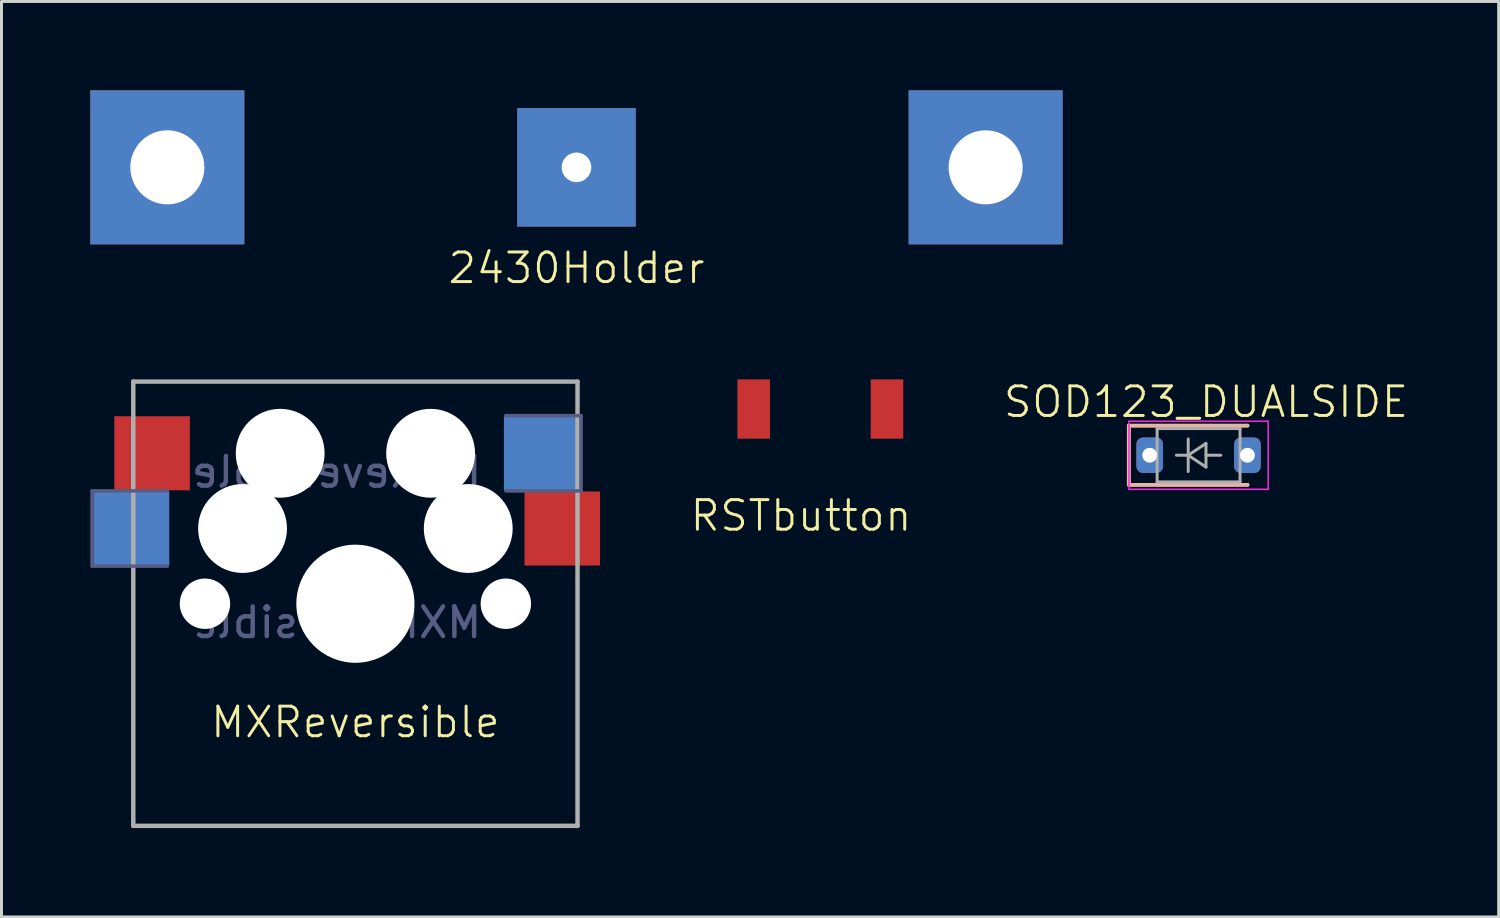
<source format=kicad_pcb>
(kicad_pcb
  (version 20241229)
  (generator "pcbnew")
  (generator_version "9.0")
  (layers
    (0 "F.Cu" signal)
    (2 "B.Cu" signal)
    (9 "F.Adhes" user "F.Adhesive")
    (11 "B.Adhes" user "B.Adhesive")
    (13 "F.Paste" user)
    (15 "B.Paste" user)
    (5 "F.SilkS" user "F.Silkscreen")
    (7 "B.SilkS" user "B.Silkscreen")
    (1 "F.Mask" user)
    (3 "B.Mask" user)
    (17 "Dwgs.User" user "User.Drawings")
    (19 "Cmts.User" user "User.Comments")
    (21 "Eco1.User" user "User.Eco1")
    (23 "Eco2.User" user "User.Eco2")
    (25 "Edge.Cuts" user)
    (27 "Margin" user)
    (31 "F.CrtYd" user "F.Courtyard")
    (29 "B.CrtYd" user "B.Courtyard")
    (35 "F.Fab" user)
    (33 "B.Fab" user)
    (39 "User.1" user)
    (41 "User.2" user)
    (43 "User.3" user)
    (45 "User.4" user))
  (footprint "SOD123_DUALSIDE"
    (layer "F.Cu")
    (at 37.07 12.321)
    (property "Reference" "SOD123_DUALSIDE" (at 0.6 -1.8 0) (unlocked yes) (layer "F.SilkS") (effects (font (size 1 1) (thickness 0.1))))
    (attr smd)
    (fp_line (start -2.01 -1) (end -2.01 1) (stroke (width 0.12) (type solid)) (layer "F.SilkS"))
    (fp_line (start -2.01 -1) (end 2 -1) (stroke (width 0.12) (type solid)) (layer "F.SilkS"))
    (fp_line (start -2.01 1) (end 2 1) (stroke (width 0.12) (type solid)) (layer "F.SilkS"))
    (fp_line (start -2 -1) (end 2.01 -1) (stroke (width 0.12) (type solid)) (layer "B.SilkS"))
    (fp_line (start -2 1) (end -2 -1) (stroke (width 0.12) (type solid)) (layer "B.SilkS"))
    (fp_line (start -2 1) (end 2.01 1) (stroke (width 0.12) (type solid)) (layer "B.SilkS"))
    (fp_line (start -2 -1.15) (end -2 1.15) (stroke (width 0.05) (type solid)) (layer "F.CrtYd"))
    (fp_line (start -2 -1.15) (end 2.7 -1.15) (stroke (width 0.05) (type solid)) (layer "F.CrtYd"))
    (fp_line (start 2.7 -1.15) (end 2.7 1.15) (stroke (width 0.05) (type solid)) (layer "F.CrtYd"))
    (fp_line (start 2.7 1.15) (end -2 1.15) (stroke (width 0.05) (type solid)) (layer "F.CrtYd"))
    (fp_line (start -1.05 -0.9) (end 1.75 -0.9) (stroke (width 0.1) (type solid)) (layer "F.Fab"))
    (fp_line (start -1.05 0.9) (end -1.05 -0.9) (stroke (width 0.1) (type solid)) (layer "F.Fab"))
    (fp_line (start -0.4 0) (end 0 0) (stroke (width 0.1) (type solid)) (layer "F.Fab"))
    (fp_line (start 0 0) (end 0 -0.55) (stroke (width 0.1) (type solid)) (layer "F.Fab"))
    (fp_line (start 0 0) (end 0 0.55) (stroke (width 0.1) (type solid)) (layer "F.Fab"))
    (fp_line (start 0 0) (end 0.6 -0.4) (stroke (width 0.1) (type solid)) (layer "F.Fab"))
    (fp_line (start 0.6 -0.4) (end 0.6 0.4) (stroke (width 0.1) (type solid)) (layer "F.Fab"))
    (fp_line (start 0.6 0) (end 1.1 0) (stroke (width 0.1) (type solid)) (layer "F.Fab"))
    (fp_line (start 0.6 0.4) (end 0 0) (stroke (width 0.1) (type solid)) (layer "F.Fab"))
    (fp_line (start 1.75 -0.9) (end 1.75 0.9) (stroke (width 0.1) (type solid)) (layer "F.Fab"))
    (fp_line (start 1.75 0.9) (end -1.05 0.9) (stroke (width 0.1) (type solid)) (layer "F.Fab"))
    (pad "1" thru_hole roundrect (at -1.3 0) (size 0.9 1.2) (drill 0.5) (layers "*.Cu" "*.Mask") (roundrect_rratio 0.25))
    (pad "2" thru_hole roundrect (at 2 0) (size 0.9 1.2) (drill 0.5) (layers "*.Cu" "*.Mask") (roundrect_rratio 0.25)))
  (footprint "RSTbutton"
    (layer "F.Cu")
    (at 24.598 10.761)
    (property "Reference" "RSTbutton" (at -0.6 3.6 0) (unlocked yes) (layer "F.SilkS") (effects (font (size 1 1) (thickness 0.1))))
    (attr smd)
    (pad "1" smd rect (at -2.2 0) (size 1.1 2) (layers "F.Cu" "F.Mask" "F.Paste"))
    (pad "2" smd rect (at 2.3 0) (size 1.1 2) (layers "F.Cu" "F.Mask" "F.Paste")))
  (footprint "MXReversible"
    (layer "F.Cu")
    (at 8.95 17.335)
    (property "Reference" "MXReversible" (at 0 4 0) (unlocked yes) (layer "F.SilkS") (effects (font (size 1 1) (thickness 0.1))))
    (property "Value" "MXReversible" (at -0.345 1 0) (unlocked yes) (layer "F.Fab") (hide yes) (effects (font (size 1 1) (thickness 0.15))))
    (attr smd)
    (fp_line (start -6.9 6.9) (end -6.9 -6.9) (stroke (width 0.15) (type solid)) (layer "Eco2.User"))
    (fp_line (start -6.9 6.9) (end 6.9 6.9) (stroke (width 0.15) (type solid)) (layer "Eco2.User"))
    (fp_line (start 6.9 -6.9) (end -6.9 -6.9) (stroke (width 0.15) (type solid)) (layer "Eco2.User"))
    (fp_line (start 6.9 -6.9) (end 6.9 6.9) (stroke (width 0.15) (type solid)) (layer "Eco2.User"))
    (fp_line (start -8.89 -3.81) (end -6.35 -3.81) (stroke (width 0.12) (type solid)) (layer "B.Fab"))
    (fp_line (start -8.89 -1.27) (end -8.89 -3.81) (stroke (width 0.12) (type solid)) (layer "B.Fab"))
    (fp_line (start -6.35 -1.27) (end -8.89 -1.27) (stroke (width 0.12) (type solid)) (layer "B.Fab"))
    (fp_line (start 5.08 -6.35) (end 7.62 -6.35) (stroke (width 0.12) (type solid)) (layer "B.Fab"))
    (fp_line (start 7.62 -6.35) (end 7.62 -3.81) (stroke (width 0.12) (type solid)) (layer "B.Fab"))
    (fp_line (start 7.62 -3.81) (end 5.08 -3.81) (stroke (width 0.12) (type solid)) (layer "B.Fab"))
    (fp_line (start -7.5 -7.5) (end 7.5 -7.5) (stroke (width 0.15) (type solid)) (layer "F.Fab"))
    (fp_line (start -7.5 7.5) (end -7.5 -7.5) (stroke (width 0.15) (type solid)) (layer "F.Fab"))
    (fp_line (start 7.5 -7.5) (end 7.5 7.5) (stroke (width 0.15) (type solid)) (layer "F.Fab"))
    (fp_line (start 7.5 7.5) (end -7.5 7.5) (stroke (width 0.15) (type solid)) (layer "F.Fab"))
    (fp_text user "${VALUE}" (at -0.635 0.635 0) (layer "B.Fab") (effects (font (size 1 1) (thickness 0.15)) (justify mirror)))
    (fp_text user "${REFERENCE}" (at -0.635 -4.445 0) (layer "B.Fab") (effects (font (size 1 1) (thickness 0.15)) (justify mirror)))
    (pad "" np_thru_hole circle (at -5.08 0) (size 1.702 1.702) (drill 1.702) (layers "*.Cu" "*.Mask"))
    (pad "" np_thru_hole circle (at -3.81 -2.54) (size 3 3) (drill 3) (layers "*.Cu" "*.Mask"))
    (pad "" np_thru_hole circle (at -2.54 -5.08) (size 3 3) (drill 3) (layers "*.Cu" "*.Mask"))
    (pad "" np_thru_hole circle (at 0 0) (size 3.988 3.988) (drill 3.988) (layers "*.Cu" "*.Mask"))
    (pad "" np_thru_hole circle (at 2.54 -5.08) (size 3 3) (drill 3) (layers "*.Cu" "*.Mask"))
    (pad "" np_thru_hole circle (at 3.81 -2.54) (size 3 3) (drill 3) (layers "*.Cu" "*.Mask"))
    (pad "" np_thru_hole circle (at 5.08 0) (size 1.702 1.702) (drill 1.702) (layers "*.Cu" "*.Mask"))
    (pad "1" smd rect (at -6.865 -5.08) (size 2.55 2.5) (layers "F.Cu" "F.Mask" "F.Paste"))
    (pad "1" smd rect (at 6.29 -5.08) (size 2.55 2.5) (layers "B.Cu" "B.Mask" "B.Paste"))
    (pad "2" smd rect (at -7.56 -2.54) (size 2.55 2.5) (layers "B.Cu" "B.Mask" "B.Paste"))
    (pad "2" smd rect (at 6.985 -2.54) (size 2.55 2.5) (layers "F.Cu" "F.Mask" "F.Paste")))
  (footprint "2430Holder"
    (layer "F.Cu")
    (at 16.415 2.6)
    (property "Reference" "2430Holder" (at 0 3.4 0) (unlocked yes) (layer "F.SilkS") (effects (font (size 1 1) (thickness 0.1))))
    (attr smd)
    (pad "1" thru_hole rect (at -13.815 0) (size 5.2 5.2) (drill 2.5) (layers "*.Cu" "*.Mask"))
    (pad "1" thru_hole rect (at 13.815 0) (size 5.2 5.2) (drill 2.5) (layers "*.Cu" "*.Mask"))
    (pad "2" thru_hole rect (at 0 0) (size 4 4) (drill 1) (layers "*.Cu" "*.Mask")))
  (gr_rect
    (start -3 -3)
    (end 47.553 27.91)
    (stroke (width 0.1) (type default))
    (fill no)
    (layer "Edge.Cuts")))
</source>
